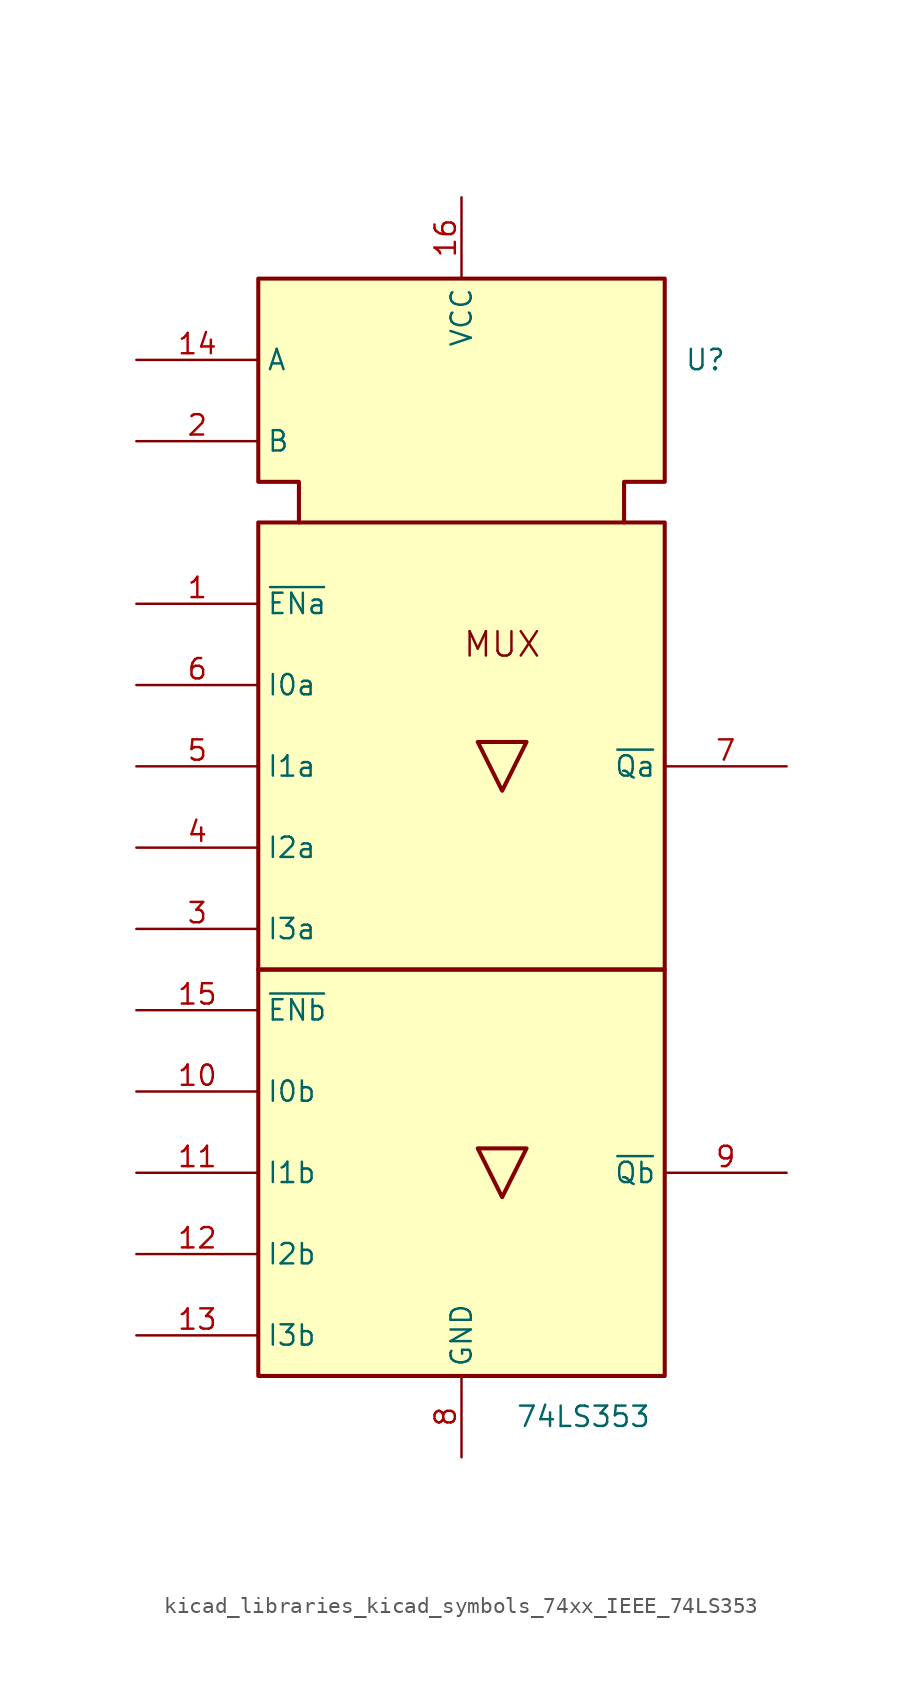
<source format=kicad_sym>
(kicad_symbol_lib
  (version 20220914)
  (generator kicad_symbol_editor)
  (symbol "kicad_libraries_kicad_symbols_74xx_IEEE_74LS353"
    (property "Reference" "U"
      (at 15.24 33.02 0)
      (effects (font (size 1.27 1.27))))
    (property "Value" "74LS353"
      (at 7.62 -33.02 0)
      (effects (font (size 1.27 1.27))))
    (symbol "kicad_libraries_kicad_symbols_74xx_IEEE_74LS353_0_0"
      (rectangle (start -12.7 -5.08) (end 12.7 -30.48) (stroke (width 0.254) (type default)) (fill (type background)))
      (rectangle (start -12.7 22.86) (end 12.7 -5.08) (stroke (width 0.254) (type default)) (fill (type background)))
      (polyline (pts (xy 4.064 -16.256) (xy 1.016 -16.256) (xy 2.54 -19.304) (xy 4.064 -16.256) (xy 4.064 -16.256)) (stroke (width 0.254) (type default)) (fill (type background)))
      (polyline (pts (xy 4.064 9.144) (xy 1.016 9.144) (xy 2.54 6.096) (xy 4.064 9.144) (xy 4.064 9.144)) (stroke (width 0.254) (type default)) (fill (type background)))
      (polyline (pts (xy -10.16 22.86) (xy -10.16 25.4) (xy -12.7 25.4) (xy -12.7 38.1) (xy 12.7 38.1) (xy 12.7 25.4) (xy 10.16 25.4) (xy 10.16 22.86) (xy 10.16 22.86)) (stroke (width 0.254) (type default)) (fill (type background)))
      (text "MUX" (at 2.54 15.24 0) (effects (font (size 1.524 1.524))))
      (pin power_in line (at 0 43.18 270) (length 5.08) (name "VCC" (effects (font (size 1.27 1.27)))) (number "16" (effects (font (size 1.27 1.27)))))
      (pin power_in line (at 0 -35.56 90) (length 5.08) (name "GND" (effects (font (size 1.27 1.27)))) (number "8" (effects (font (size 1.27 1.27))))))
    (symbol "kicad_libraries_kicad_symbols_74xx_IEEE_74LS353_1_1"
      (pin input line (at -20.32 17.78 0) (length 7.62) (name "~{ENa}" (effects (font (size 1.27 1.27)))) (number "1" (effects (font (size 1.27 1.27)))))
      (pin input line (at -20.32 -12.7 0) (length 7.62) (name "I0b" (effects (font (size 1.27 1.27)))) (number "10" (effects (font (size 1.27 1.27)))))
      (pin input line (at -20.32 -17.78 0) (length 7.62) (name "I1b" (effects (font (size 1.27 1.27)))) (number "11" (effects (font (size 1.27 1.27)))))
      (pin input line (at -20.32 -22.86 0) (length 7.62) (name "I2b" (effects (font (size 1.27 1.27)))) (number "12" (effects (font (size 1.27 1.27)))))
      (pin input line (at -20.32 -27.94 0) (length 7.62) (name "I3b" (effects (font (size 1.27 1.27)))) (number "13" (effects (font (size 1.27 1.27)))))
      (pin input line (at -20.32 33.02 0) (length 7.62) (name "A" (effects (font (size 1.27 1.27)))) (number "14" (effects (font (size 1.27 1.27)))))
      (pin input line (at -20.32 -7.62 0) (length 7.62) (name "~{ENb}" (effects (font (size 1.27 1.27)))) (number "15" (effects (font (size 1.27 1.27)))))
      (pin input line (at -20.32 27.94 0) (length 7.62) (name "B" (effects (font (size 1.27 1.27)))) (number "2" (effects (font (size 1.27 1.27)))))
      (pin input line (at -20.32 -2.54 0) (length 7.62) (name "I3a" (effects (font (size 1.27 1.27)))) (number "3" (effects (font (size 1.27 1.27)))))
      (pin input line (at -20.32 2.54 0) (length 7.62) (name "I2a" (effects (font (size 1.27 1.27)))) (number "4" (effects (font (size 1.27 1.27)))))
      (pin input line (at -20.32 7.62 0) (length 7.62) (name "I1a" (effects (font (size 1.27 1.27)))) (number "5" (effects (font (size 1.27 1.27)))))
      (pin input line (at -20.32 12.7 0) (length 7.62) (name "I0a" (effects (font (size 1.27 1.27)))) (number "6" (effects (font (size 1.27 1.27)))))
      (pin tri_state line (at 20.32 7.62 180) (length 7.62) (name "~{Qa}" (effects (font (size 1.27 1.27)))) (number "7" (effects (font (size 1.27 1.27)))))
      (pin tri_state line (at 20.32 -17.78 180) (length 7.62) (name "~{Qb}" (effects (font (size 1.27 1.27)))) (number "9" (effects (font (size 1.27 1.27))))))))
</source>
